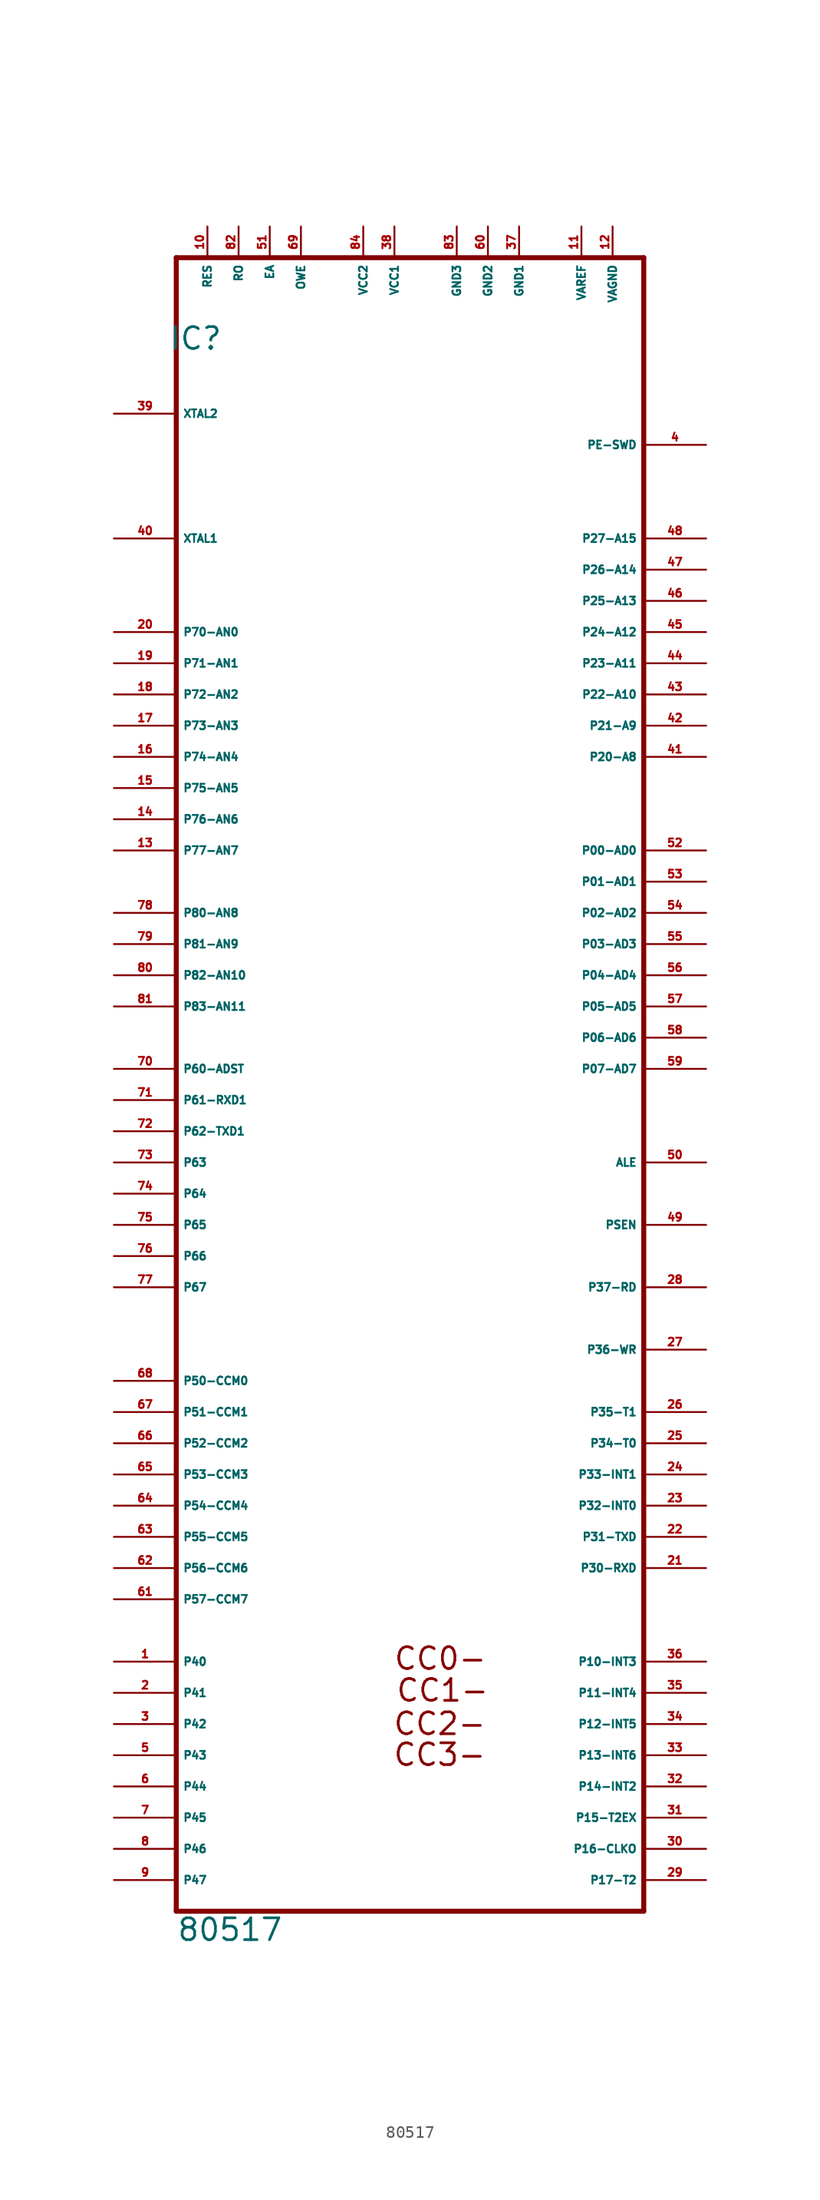
<source format=kicad_sym>
(kicad_symbol_lib
  (version 20220914)
  (generator Eagle2Kicad)
  (symbol "80517"
    (property "Reference" "IC"
      (at -18.415 45.72 0)
      (effects (font (size 1.778 1.778) (thickness 0.22)) (justify left bottom)))
    (property "Value" "80517"
      (at -17.78 -83.82 0)
      (effects (font (size 1.778 1.778) (thickness 0.22)) (justify left bottom)))
    (polyline
      (pts (xy 20.32 53.34) (xy 20.32 -81.28))
      (stroke (width 0.406) (type default))
      (fill (type none)))
    (polyline
      (pts (xy -17.78 -81.28) (xy 20.32 -81.28))
      (stroke (width 0.406) (type default))
      (fill (type none)))
    (polyline
      (pts (xy -17.78 -81.28) (xy -17.78 53.34))
      (stroke (width 0.406) (type default))
      (fill (type none)))
    (polyline
      (pts (xy 20.32 53.34) (xy -17.78 53.34))
      (stroke (width 0.406) (type default))
      (fill (type none)))
    (text "CC3-"
      (at -0.178 -69.571 0)
      (effects (font (size 1.778 1.778) (thickness 0.22)) (justify left bottom)))
    (text "CC2-"
      (at -0.178 -67.056 0)
      (effects (font (size 1.778 1.778) (thickness 0.22)) (justify left bottom)))
    (text "CC0-"
      (at -0.127 -61.747 0)
      (effects (font (size 1.778 1.778) (thickness 0.22)) (justify left bottom)))
    (text "CC1-"
      (at 0.051 -64.338 0)
      (effects (font (size 1.778 1.778) (thickness 0.22)) (justify left bottom)))
    (pin input line
      (at -22.86 40.64 0)
      (length 5.08)
      (name "XTAL2" (effects (font (size 0.635 0.635) (thickness 0.08)) (justify left bottom)))
      (number "39" (effects (font (size 0.635 0.635) (thickness 0.08)) (justify left bottom))))
    (pin input line
      (at -22.86 30.48 0)
      (length 5.08)
      (name "XTAL1" (effects (font (size 0.635 0.635) (thickness 0.08)) (justify left bottom)))
      (number "40" (effects (font (size 0.635 0.635) (thickness 0.08)) (justify left bottom))))
    (pin input line
      (at -10.16 55.88 270)
      (length 2.54)
      (name "EA" (effects (font (size 0.635 0.635) (thickness 0.08)) (justify left bottom)))
      (number "51" (effects (font (size 0.635 0.635) (thickness 0.08)) (justify left bottom))))
    (pin bidirectional line
      (at 25.4 30.48 180)
      (length 5.08)
      (name "P27-A15" (effects (font (size 0.635 0.635) (thickness 0.08)) (justify left bottom)))
      (number "48" (effects (font (size 0.635 0.635) (thickness 0.08)) (justify left bottom))))
    (pin bidirectional line
      (at 25.4 27.94 180)
      (length 5.08)
      (name "P26-A14" (effects (font (size 0.635 0.635) (thickness 0.08)) (justify left bottom)))
      (number "47" (effects (font (size 0.635 0.635) (thickness 0.08)) (justify left bottom))))
    (pin bidirectional line
      (at 25.4 25.4 180)
      (length 5.08)
      (name "P25-A13" (effects (font (size 0.635 0.635) (thickness 0.08)) (justify left bottom)))
      (number "46" (effects (font (size 0.635 0.635) (thickness 0.08)) (justify left bottom))))
    (pin bidirectional line
      (at 25.4 22.86 180)
      (length 5.08)
      (name "P24-A12" (effects (font (size 0.635 0.635) (thickness 0.08)) (justify left bottom)))
      (number "45" (effects (font (size 0.635 0.635) (thickness 0.08)) (justify left bottom))))
    (pin bidirectional line
      (at 25.4 20.32 180)
      (length 5.08)
      (name "P23-A11" (effects (font (size 0.635 0.635) (thickness 0.08)) (justify left bottom)))
      (number "44" (effects (font (size 0.635 0.635) (thickness 0.08)) (justify left bottom))))
    (pin bidirectional line
      (at 25.4 17.78 180)
      (length 5.08)
      (name "P22-A10" (effects (font (size 0.635 0.635) (thickness 0.08)) (justify left bottom)))
      (number "43" (effects (font (size 0.635 0.635) (thickness 0.08)) (justify left bottom))))
    (pin bidirectional line
      (at 25.4 15.24 180)
      (length 5.08)
      (name "P21-A9" (effects (font (size 0.635 0.635) (thickness 0.08)) (justify left bottom)))
      (number "42" (effects (font (size 0.635 0.635) (thickness 0.08)) (justify left bottom))))
    (pin bidirectional line
      (at 25.4 12.7 180)
      (length 5.08)
      (name "P20-A8" (effects (font (size 0.635 0.635) (thickness 0.08)) (justify left bottom)))
      (number "41" (effects (font (size 0.635 0.635) (thickness 0.08)) (justify left bottom))))
    (pin bidirectional line
      (at 25.4 -12.7 180)
      (length 5.08)
      (name "P07-AD7" (effects (font (size 0.635 0.635) (thickness 0.08)) (justify left bottom)))
      (number "59" (effects (font (size 0.635 0.635) (thickness 0.08)) (justify left bottom))))
    (pin bidirectional line
      (at 25.4 -10.16 180)
      (length 5.08)
      (name "P06-AD6" (effects (font (size 0.635 0.635) (thickness 0.08)) (justify left bottom)))
      (number "58" (effects (font (size 0.635 0.635) (thickness 0.08)) (justify left bottom))))
    (pin bidirectional line
      (at 25.4 -7.62 180)
      (length 5.08)
      (name "P05-AD5" (effects (font (size 0.635 0.635) (thickness 0.08)) (justify left bottom)))
      (number "57" (effects (font (size 0.635 0.635) (thickness 0.08)) (justify left bottom))))
    (pin bidirectional line
      (at 25.4 -5.08 180)
      (length 5.08)
      (name "P04-AD4" (effects (font (size 0.635 0.635) (thickness 0.08)) (justify left bottom)))
      (number "56" (effects (font (size 0.635 0.635) (thickness 0.08)) (justify left bottom))))
    (pin bidirectional line
      (at 25.4 -2.54 180)
      (length 5.08)
      (name "P03-AD3" (effects (font (size 0.635 0.635) (thickness 0.08)) (justify left bottom)))
      (number "55" (effects (font (size 0.635 0.635) (thickness 0.08)) (justify left bottom))))
    (pin bidirectional line
      (at 25.4 0 180)
      (length 5.08)
      (name "P02-AD2" (effects (font (size 0.635 0.635) (thickness 0.08)) (justify left bottom)))
      (number "54" (effects (font (size 0.635 0.635) (thickness 0.08)) (justify left bottom))))
    (pin bidirectional line
      (at 25.4 2.54 180)
      (length 5.08)
      (name "P01-AD1" (effects (font (size 0.635 0.635) (thickness 0.08)) (justify left bottom)))
      (number "53" (effects (font (size 0.635 0.635) (thickness 0.08)) (justify left bottom))))
    (pin bidirectional line
      (at 25.4 5.08 180)
      (length 5.08)
      (name "P00-AD0" (effects (font (size 0.635 0.635) (thickness 0.08)) (justify left bottom)))
      (number "52" (effects (font (size 0.635 0.635) (thickness 0.08)) (justify left bottom))))
    (pin output line
      (at 25.4 -20.32 180)
      (length 5.08)
      (name "ALE" (effects (font (size 0.635 0.635) (thickness 0.08)) (justify left bottom)))
      (number "50" (effects (font (size 0.635 0.635) (thickness 0.08)) (justify left bottom))))
    (pin output line
      (at 25.4 -25.4 180)
      (length 5.08)
      (name "PSEN" (effects (font (size 0.635 0.635) (thickness 0.08)) (justify left bottom)))
      (number "49" (effects (font (size 0.635 0.635) (thickness 0.08)) (justify left bottom))))
    (pin bidirectional line
      (at 25.4 -30.48 180)
      (length 5.08)
      (name "P37-RD" (effects (font (size 0.635 0.635) (thickness 0.08)) (justify left bottom)))
      (number "28" (effects (font (size 0.635 0.635) (thickness 0.08)) (justify left bottom))))
    (pin bidirectional line
      (at 25.4 -35.56 180)
      (length 5.08)
      (name "P36-WR" (effects (font (size 0.635 0.635) (thickness 0.08)) (justify left bottom)))
      (number "27" (effects (font (size 0.635 0.635) (thickness 0.08)) (justify left bottom))))
    (pin unspecified line
      (at 0 55.88 270)
      (length 2.54)
      (name "VCC1" (effects (font (size 0.635 0.635) (thickness 0.08)) (justify left bottom)))
      (number "38" (effects (font (size 0.635 0.635) (thickness 0.08)) (justify left bottom))))
    (pin unspecified line
      (at 7.62 55.88 270)
      (length 2.54)
      (name "GND2" (effects (font (size 0.635 0.635) (thickness 0.08)) (justify left bottom)))
      (number "60" (effects (font (size 0.635 0.635) (thickness 0.08)) (justify left bottom))))
    (pin bidirectional line
      (at 25.4 -63.5 180)
      (length 5.08)
      (name "P11-INT4" (effects (font (size 0.635 0.635) (thickness 0.08)) (justify left bottom)))
      (number "35" (effects (font (size 0.635 0.635) (thickness 0.08)) (justify left bottom))))
    (pin input line
      (at -15.24 55.88 270)
      (length 2.54)
      (name "RES" (effects (font (size 0.635 0.635) (thickness 0.08)) (justify left bottom)))
      (number "10" (effects (font (size 0.635 0.635) (thickness 0.08)) (justify left bottom))))
    (pin bidirectional line
      (at 25.4 -68.58 180)
      (length 5.08)
      (name "P13-INT6" (effects (font (size 0.635 0.635) (thickness 0.08)) (justify left bottom)))
      (number "33" (effects (font (size 0.635 0.635) (thickness 0.08)) (justify left bottom))))
    (pin bidirectional line
      (at 25.4 -71.12 180)
      (length 5.08)
      (name "P14-INT2" (effects (font (size 0.635 0.635) (thickness 0.08)) (justify left bottom)))
      (number "32" (effects (font (size 0.635 0.635) (thickness 0.08)) (justify left bottom))))
    (pin bidirectional line
      (at 25.4 -73.66 180)
      (length 5.08)
      (name "P15-T2EX" (effects (font (size 0.635 0.635) (thickness 0.08)) (justify left bottom)))
      (number "31" (effects (font (size 0.635 0.635) (thickness 0.08)) (justify left bottom))))
    (pin bidirectional line
      (at 25.4 -76.2 180)
      (length 5.08)
      (name "P16-CLKO" (effects (font (size 0.635 0.635) (thickness 0.08)) (justify left bottom)))
      (number "30" (effects (font (size 0.635 0.635) (thickness 0.08)) (justify left bottom))))
    (pin bidirectional line
      (at 25.4 -78.74 180)
      (length 5.08)
      (name "P17-T2" (effects (font (size 0.635 0.635) (thickness 0.08)) (justify left bottom)))
      (number "29" (effects (font (size 0.635 0.635) (thickness 0.08)) (justify left bottom))))
    (pin bidirectional line
      (at 25.4 -53.34 180)
      (length 5.08)
      (name "P30-RXD" (effects (font (size 0.635 0.635) (thickness 0.08)) (justify left bottom)))
      (number "21" (effects (font (size 0.635 0.635) (thickness 0.08)) (justify left bottom))))
    (pin bidirectional line
      (at 25.4 -50.8 180)
      (length 5.08)
      (name "P31-TXD" (effects (font (size 0.635 0.635) (thickness 0.08)) (justify left bottom)))
      (number "22" (effects (font (size 0.635 0.635) (thickness 0.08)) (justify left bottom))))
    (pin bidirectional line
      (at 25.4 -48.26 180)
      (length 5.08)
      (name "P32-INT0" (effects (font (size 0.635 0.635) (thickness 0.08)) (justify left bottom)))
      (number "23" (effects (font (size 0.635 0.635) (thickness 0.08)) (justify left bottom))))
    (pin bidirectional line
      (at 25.4 -45.72 180)
      (length 5.08)
      (name "P33-INT1" (effects (font (size 0.635 0.635) (thickness 0.08)) (justify left bottom)))
      (number "24" (effects (font (size 0.635 0.635) (thickness 0.08)) (justify left bottom))))
    (pin bidirectional line
      (at 25.4 -43.18 180)
      (length 5.08)
      (name "P34-T0" (effects (font (size 0.635 0.635) (thickness 0.08)) (justify left bottom)))
      (number "25" (effects (font (size 0.635 0.635) (thickness 0.08)) (justify left bottom))))
    (pin bidirectional line
      (at 25.4 -40.64 180)
      (length 5.08)
      (name "P35-T1" (effects (font (size 0.635 0.635) (thickness 0.08)) (justify left bottom)))
      (number "26" (effects (font (size 0.635 0.635) (thickness 0.08)) (justify left bottom))))
    (pin bidirectional line
      (at 25.4 -66.04 180)
      (length 5.08)
      (name "P12-INT5" (effects (font (size 0.635 0.635) (thickness 0.08)) (justify left bottom)))
      (number "34" (effects (font (size 0.635 0.635) (thickness 0.08)) (justify left bottom))))
    (pin bidirectional line
      (at 25.4 -60.96 180)
      (length 5.08)
      (name "P10-INT3" (effects (font (size 0.635 0.635) (thickness 0.08)) (justify left bottom)))
      (number "36" (effects (font (size 0.635 0.635) (thickness 0.08)) (justify left bottom))))
    (pin bidirectional line
      (at -22.86 -53.34 0)
      (length 5.08)
      (name "P56-CCM6" (effects (font (size 0.635 0.635) (thickness 0.08)) (justify left bottom)))
      (number "62" (effects (font (size 0.635 0.635) (thickness 0.08)) (justify left bottom))))
    (pin bidirectional line
      (at -22.86 -50.8 0)
      (length 5.08)
      (name "P55-CCM5" (effects (font (size 0.635 0.635) (thickness 0.08)) (justify left bottom)))
      (number "63" (effects (font (size 0.635 0.635) (thickness 0.08)) (justify left bottom))))
    (pin bidirectional line
      (at -22.86 -48.26 0)
      (length 5.08)
      (name "P54-CCM4" (effects (font (size 0.635 0.635) (thickness 0.08)) (justify left bottom)))
      (number "64" (effects (font (size 0.635 0.635) (thickness 0.08)) (justify left bottom))))
    (pin bidirectional line
      (at -22.86 -45.72 0)
      (length 5.08)
      (name "P53-CCM3" (effects (font (size 0.635 0.635) (thickness 0.08)) (justify left bottom)))
      (number "65" (effects (font (size 0.635 0.635) (thickness 0.08)) (justify left bottom))))
    (pin bidirectional line
      (at -22.86 -43.18 0)
      (length 5.08)
      (name "P52-CCM2" (effects (font (size 0.635 0.635) (thickness 0.08)) (justify left bottom)))
      (number "66" (effects (font (size 0.635 0.635) (thickness 0.08)) (justify left bottom))))
    (pin bidirectional line
      (at -22.86 -40.64 0)
      (length 5.08)
      (name "P51-CCM1" (effects (font (size 0.635 0.635) (thickness 0.08)) (justify left bottom)))
      (number "67" (effects (font (size 0.635 0.635) (thickness 0.08)) (justify left bottom))))
    (pin bidirectional line
      (at -22.86 -38.1 0)
      (length 5.08)
      (name "P50-CCM0" (effects (font (size 0.635 0.635) (thickness 0.08)) (justify left bottom)))
      (number "68" (effects (font (size 0.635 0.635) (thickness 0.08)) (justify left bottom))))
    (pin input line
      (at -22.86 22.86 0)
      (length 5.08)
      (name "P70-AN0" (effects (font (size 0.635 0.635) (thickness 0.08)) (justify left bottom)))
      (number "20" (effects (font (size 0.635 0.635) (thickness 0.08)) (justify left bottom))))
    (pin input line
      (at -22.86 20.32 0)
      (length 5.08)
      (name "P71-AN1" (effects (font (size 0.635 0.635) (thickness 0.08)) (justify left bottom)))
      (number "19" (effects (font (size 0.635 0.635) (thickness 0.08)) (justify left bottom))))
    (pin input line
      (at -22.86 17.78 0)
      (length 5.08)
      (name "P72-AN2" (effects (font (size 0.635 0.635) (thickness 0.08)) (justify left bottom)))
      (number "18" (effects (font (size 0.635 0.635) (thickness 0.08)) (justify left bottom))))
    (pin input line
      (at -22.86 15.24 0)
      (length 5.08)
      (name "P73-AN3" (effects (font (size 0.635 0.635) (thickness 0.08)) (justify left bottom)))
      (number "17" (effects (font (size 0.635 0.635) (thickness 0.08)) (justify left bottom))))
    (pin input line
      (at -22.86 12.7 0)
      (length 5.08)
      (name "P74-AN4" (effects (font (size 0.635 0.635) (thickness 0.08)) (justify left bottom)))
      (number "16" (effects (font (size 0.635 0.635) (thickness 0.08)) (justify left bottom))))
    (pin input line
      (at -22.86 10.16 0)
      (length 5.08)
      (name "P75-AN5" (effects (font (size 0.635 0.635) (thickness 0.08)) (justify left bottom)))
      (number "15" (effects (font (size 0.635 0.635) (thickness 0.08)) (justify left bottom))))
    (pin input line
      (at -22.86 7.62 0)
      (length 5.08)
      (name "P76-AN6" (effects (font (size 0.635 0.635) (thickness 0.08)) (justify left bottom)))
      (number "14" (effects (font (size 0.635 0.635) (thickness 0.08)) (justify left bottom))))
    (pin input line
      (at -22.86 5.08 0)
      (length 5.08)
      (name "P77-AN7" (effects (font (size 0.635 0.635) (thickness 0.08)) (justify left bottom)))
      (number "13" (effects (font (size 0.635 0.635) (thickness 0.08)) (justify left bottom))))
    (pin bidirectional line
      (at -22.86 -60.96 0)
      (length 5.08)
      (name "P40" (effects (font (size 0.635 0.635) (thickness 0.08)) (justify left bottom)))
      (number "1" (effects (font (size 0.635 0.635) (thickness 0.08)) (justify left bottom))))
    (pin bidirectional line
      (at -22.86 -63.5 0)
      (length 5.08)
      (name "P41" (effects (font (size 0.635 0.635) (thickness 0.08)) (justify left bottom)))
      (number "2" (effects (font (size 0.635 0.635) (thickness 0.08)) (justify left bottom))))
    (pin bidirectional line
      (at -22.86 -66.04 0)
      (length 5.08)
      (name "P42" (effects (font (size 0.635 0.635) (thickness 0.08)) (justify left bottom)))
      (number "3" (effects (font (size 0.635 0.635) (thickness 0.08)) (justify left bottom))))
    (pin bidirectional line
      (at -22.86 -68.58 0)
      (length 5.08)
      (name "P43" (effects (font (size 0.635 0.635) (thickness 0.08)) (justify left bottom)))
      (number "5" (effects (font (size 0.635 0.635) (thickness 0.08)) (justify left bottom))))
    (pin bidirectional line
      (at -22.86 -71.12 0)
      (length 5.08)
      (name "P44" (effects (font (size 0.635 0.635) (thickness 0.08)) (justify left bottom)))
      (number "6" (effects (font (size 0.635 0.635) (thickness 0.08)) (justify left bottom))))
    (pin bidirectional line
      (at -22.86 -73.66 0)
      (length 5.08)
      (name "P45" (effects (font (size 0.635 0.635) (thickness 0.08)) (justify left bottom)))
      (number "7" (effects (font (size 0.635 0.635) (thickness 0.08)) (justify left bottom))))
    (pin bidirectional line
      (at -22.86 -76.2 0)
      (length 5.08)
      (name "P46" (effects (font (size 0.635 0.635) (thickness 0.08)) (justify left bottom)))
      (number "8" (effects (font (size 0.635 0.635) (thickness 0.08)) (justify left bottom))))
    (pin bidirectional line
      (at -22.86 -78.74 0)
      (length 5.08)
      (name "P47" (effects (font (size 0.635 0.635) (thickness 0.08)) (justify left bottom)))
      (number "9" (effects (font (size 0.635 0.635) (thickness 0.08)) (justify left bottom))))
    (pin bidirectional line
      (at -22.86 -55.88 0)
      (length 5.08)
      (name "P57-CCM7" (effects (font (size 0.635 0.635) (thickness 0.08)) (justify left bottom)))
      (number "61" (effects (font (size 0.635 0.635) (thickness 0.08)) (justify left bottom))))
    (pin input line
      (at 25.4 38.1 180)
      (length 5.08)
      (name "PE-SWD" (effects (font (size 0.635 0.635) (thickness 0.08)) (justify left bottom)))
      (number "4" (effects (font (size 0.635 0.635) (thickness 0.08)) (justify left bottom))))
    (pin unspecified line
      (at 17.78 55.88 270)
      (length 2.54)
      (name "VAGND" (effects (font (size 0.635 0.635) (thickness 0.08)) (justify left bottom)))
      (number "12" (effects (font (size 0.635 0.635) (thickness 0.08)) (justify left bottom))))
    (pin unspecified line
      (at 15.24 55.88 270)
      (length 2.54)
      (name "VAREF" (effects (font (size 0.635 0.635) (thickness 0.08)) (justify left bottom)))
      (number "11" (effects (font (size 0.635 0.635) (thickness 0.08)) (justify left bottom))))
    (pin unspecified line
      (at -2.54 55.88 270)
      (length 2.54)
      (name "VCC2" (effects (font (size 0.635 0.635) (thickness 0.08)) (justify left bottom)))
      (number "84" (effects (font (size 0.635 0.635) (thickness 0.08)) (justify left bottom))))
    (pin input line
      (at -22.86 0 0)
      (length 5.08)
      (name "P80-AN8" (effects (font (size 0.635 0.635) (thickness 0.08)) (justify left bottom)))
      (number "78" (effects (font (size 0.635 0.635) (thickness 0.08)) (justify left bottom))))
    (pin input line
      (at -22.86 -2.54 0)
      (length 5.08)
      (name "P81-AN9" (effects (font (size 0.635 0.635) (thickness 0.08)) (justify left bottom)))
      (number "79" (effects (font (size 0.635 0.635) (thickness 0.08)) (justify left bottom))))
    (pin input line
      (at -22.86 -5.08 0)
      (length 5.08)
      (name "P82-AN10" (effects (font (size 0.635 0.635) (thickness 0.08)) (justify left bottom)))
      (number "80" (effects (font (size 0.635 0.635) (thickness 0.08)) (justify left bottom))))
    (pin input line
      (at -22.86 -7.62 0)
      (length 5.08)
      (name "P83-AN11" (effects (font (size 0.635 0.635) (thickness 0.08)) (justify left bottom)))
      (number "81" (effects (font (size 0.635 0.635) (thickness 0.08)) (justify left bottom))))
    (pin bidirectional line
      (at -22.86 -12.7 0)
      (length 5.08)
      (name "P60-ADST" (effects (font (size 0.635 0.635) (thickness 0.08)) (justify left bottom)))
      (number "70" (effects (font (size 0.635 0.635) (thickness 0.08)) (justify left bottom))))
    (pin bidirectional line
      (at -22.86 -15.24 0)
      (length 5.08)
      (name "P61-RXD1" (effects (font (size 0.635 0.635) (thickness 0.08)) (justify left bottom)))
      (number "71" (effects (font (size 0.635 0.635) (thickness 0.08)) (justify left bottom))))
    (pin bidirectional line
      (at -22.86 -17.78 0)
      (length 5.08)
      (name "P62-TXD1" (effects (font (size 0.635 0.635) (thickness 0.08)) (justify left bottom)))
      (number "72" (effects (font (size 0.635 0.635) (thickness 0.08)) (justify left bottom))))
    (pin bidirectional line
      (at -22.86 -20.32 0)
      (length 5.08)
      (name "P63" (effects (font (size 0.635 0.635) (thickness 0.08)) (justify left bottom)))
      (number "73" (effects (font (size 0.635 0.635) (thickness 0.08)) (justify left bottom))))
    (pin bidirectional line
      (at -22.86 -22.86 0)
      (length 5.08)
      (name "P64" (effects (font (size 0.635 0.635) (thickness 0.08)) (justify left bottom)))
      (number "74" (effects (font (size 0.635 0.635) (thickness 0.08)) (justify left bottom))))
    (pin bidirectional line
      (at -22.86 -25.4 0)
      (length 5.08)
      (name "P65" (effects (font (size 0.635 0.635) (thickness 0.08)) (justify left bottom)))
      (number "75" (effects (font (size 0.635 0.635) (thickness 0.08)) (justify left bottom))))
    (pin bidirectional line
      (at -22.86 -27.94 0)
      (length 5.08)
      (name "P66" (effects (font (size 0.635 0.635) (thickness 0.08)) (justify left bottom)))
      (number "76" (effects (font (size 0.635 0.635) (thickness 0.08)) (justify left bottom))))
    (pin bidirectional line
      (at -22.86 -30.48 0)
      (length 5.08)
      (name "P67" (effects (font (size 0.635 0.635) (thickness 0.08)) (justify left bottom)))
      (number "77" (effects (font (size 0.635 0.635) (thickness 0.08)) (justify left bottom))))
    (pin input line
      (at -7.62 55.88 270)
      (length 2.54)
      (name "OWE" (effects (font (size 0.635 0.635) (thickness 0.08)) (justify left bottom)))
      (number "69" (effects (font (size 0.635 0.635) (thickness 0.08)) (justify left bottom))))
    (pin output line
      (at -12.7 55.88 270)
      (length 2.54)
      (name "RO" (effects (font (size 0.635 0.635) (thickness 0.08)) (justify left bottom)))
      (number "82" (effects (font (size 0.635 0.635) (thickness 0.08)) (justify left bottom))))
    (pin unspecified line
      (at 10.16 55.88 270)
      (length 2.54)
      (name "GND1" (effects (font (size 0.635 0.635) (thickness 0.08)) (justify left bottom)))
      (number "37" (effects (font (size 0.635 0.635) (thickness 0.08)) (justify left bottom))))
    (pin unspecified line
      (at 5.08 55.88 270)
      (length 2.54)
      (name "GND3" (effects (font (size 0.635 0.635) (thickness 0.08)) (justify left bottom)))
      (number "83" (effects (font (size 0.635 0.635) (thickness 0.08)) (justify left bottom))))))
</source>
